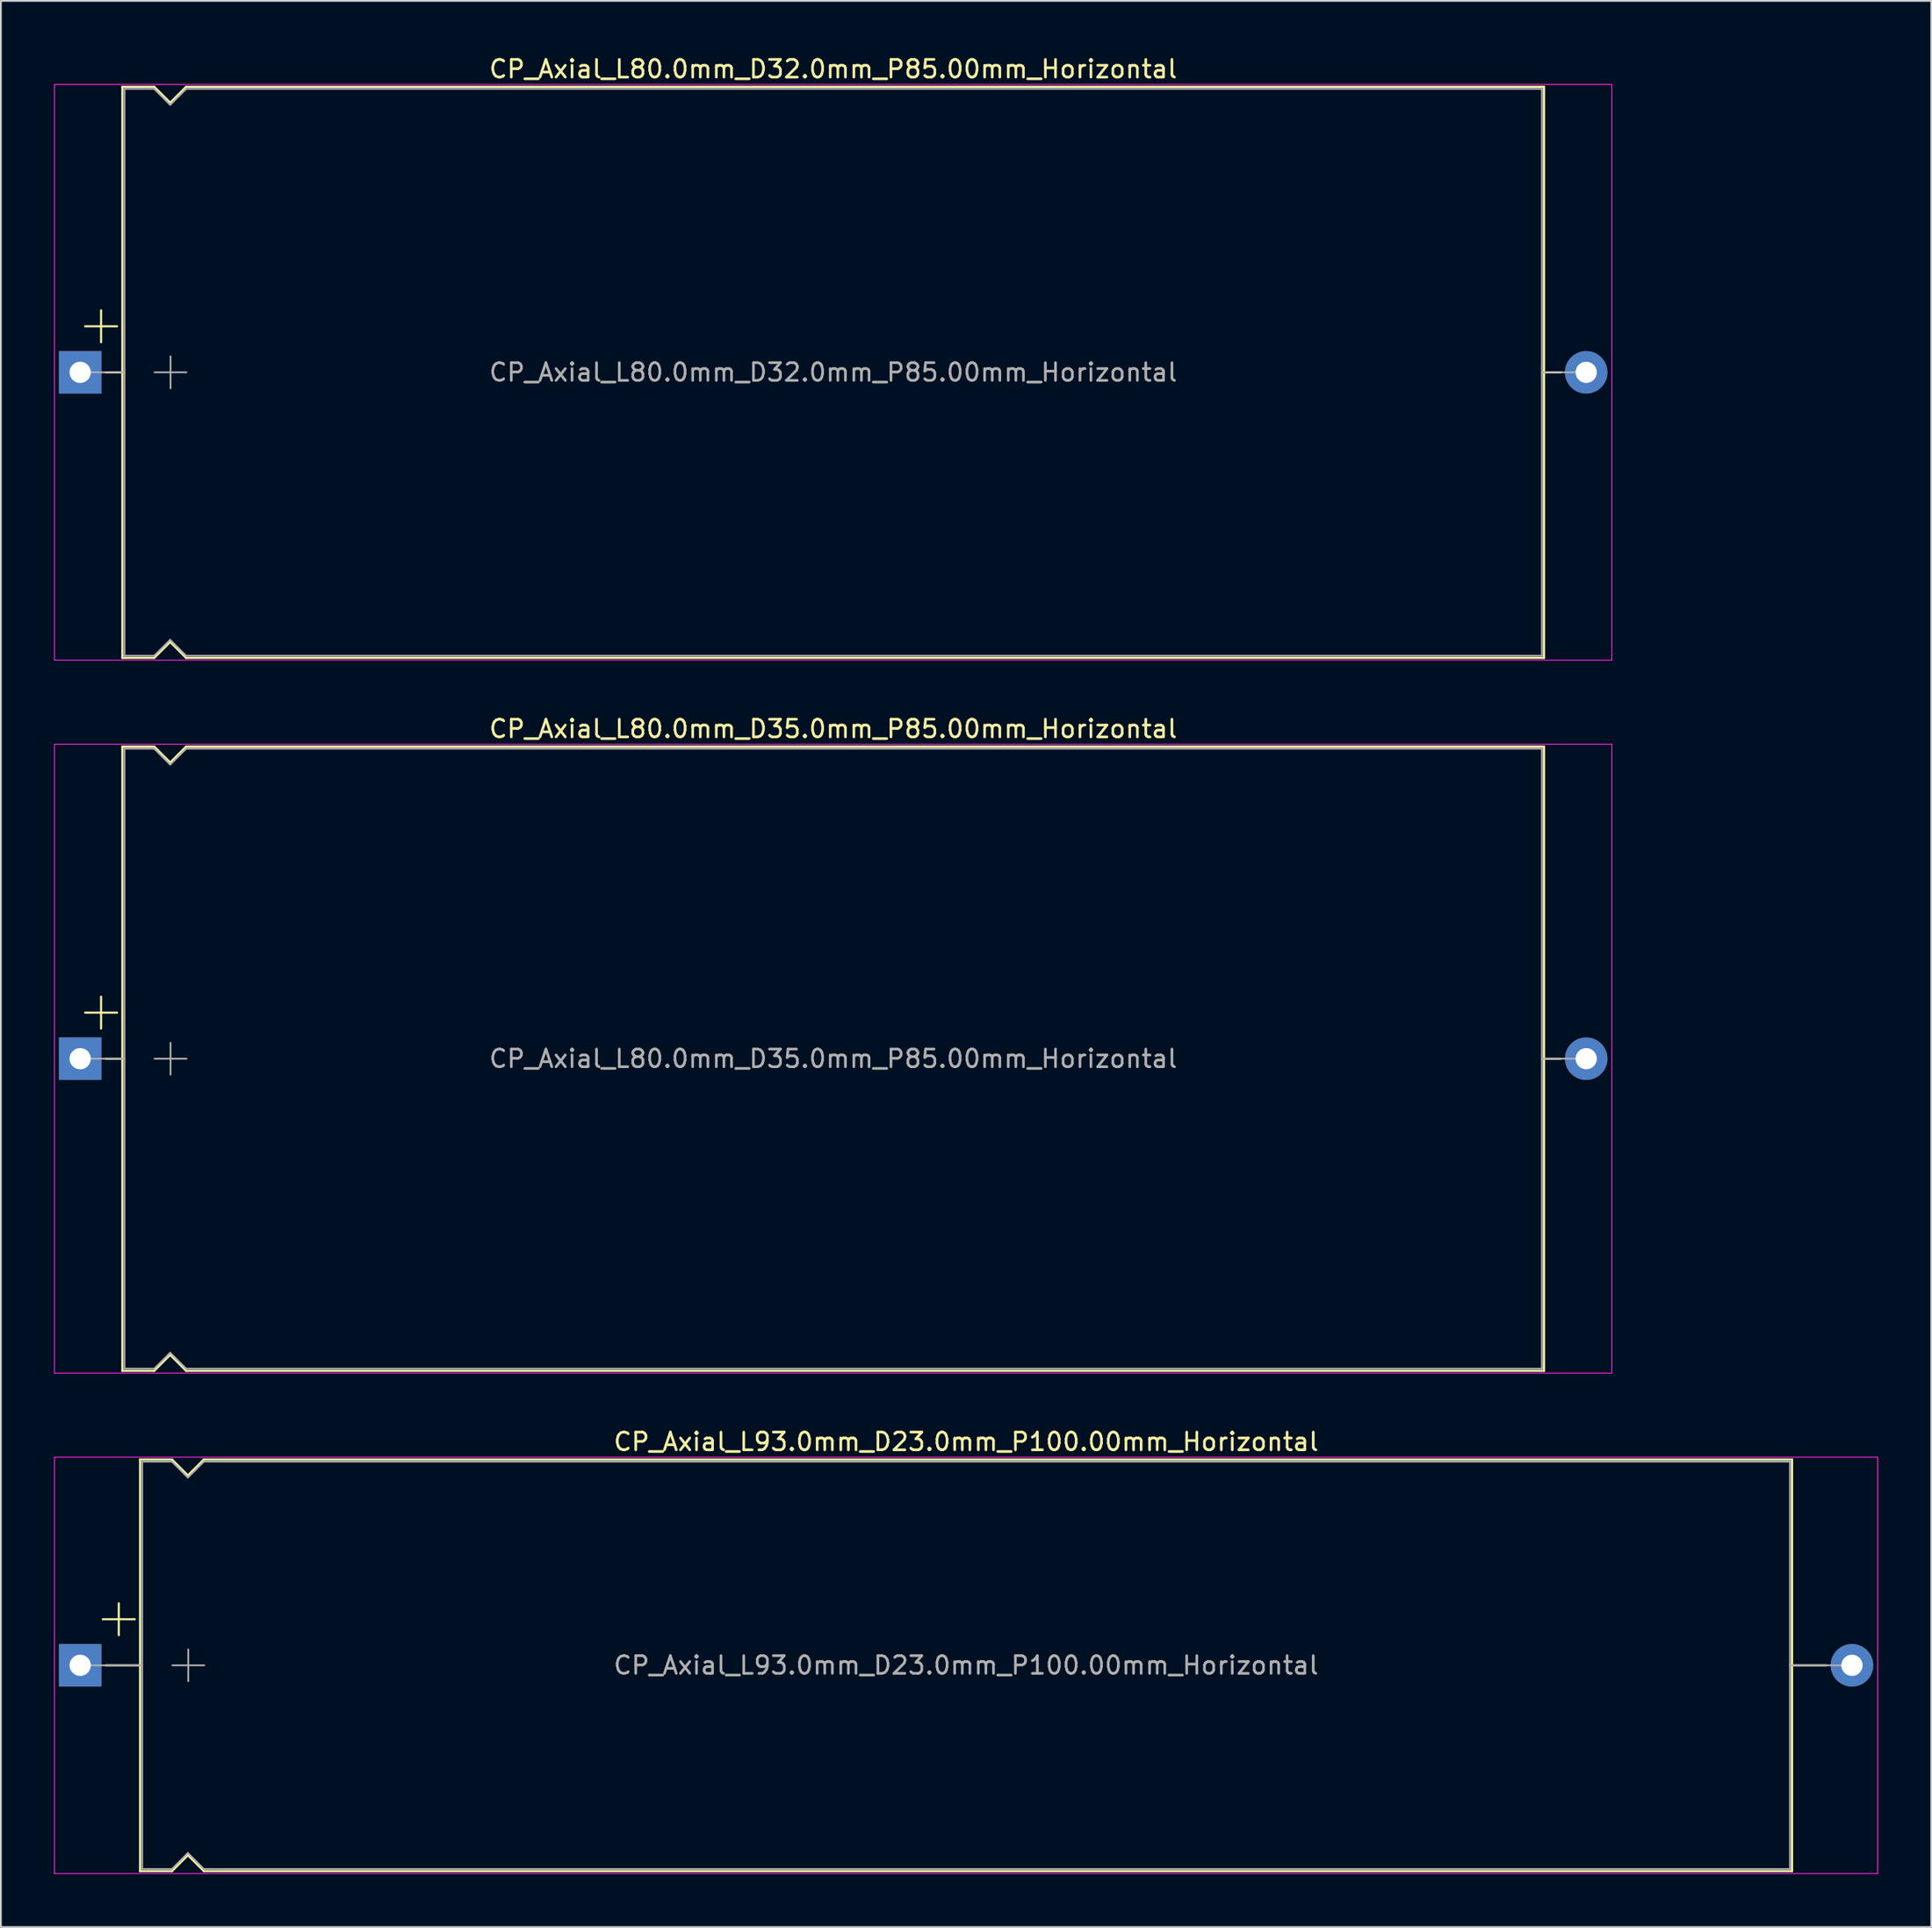
<source format=kicad_pcb>
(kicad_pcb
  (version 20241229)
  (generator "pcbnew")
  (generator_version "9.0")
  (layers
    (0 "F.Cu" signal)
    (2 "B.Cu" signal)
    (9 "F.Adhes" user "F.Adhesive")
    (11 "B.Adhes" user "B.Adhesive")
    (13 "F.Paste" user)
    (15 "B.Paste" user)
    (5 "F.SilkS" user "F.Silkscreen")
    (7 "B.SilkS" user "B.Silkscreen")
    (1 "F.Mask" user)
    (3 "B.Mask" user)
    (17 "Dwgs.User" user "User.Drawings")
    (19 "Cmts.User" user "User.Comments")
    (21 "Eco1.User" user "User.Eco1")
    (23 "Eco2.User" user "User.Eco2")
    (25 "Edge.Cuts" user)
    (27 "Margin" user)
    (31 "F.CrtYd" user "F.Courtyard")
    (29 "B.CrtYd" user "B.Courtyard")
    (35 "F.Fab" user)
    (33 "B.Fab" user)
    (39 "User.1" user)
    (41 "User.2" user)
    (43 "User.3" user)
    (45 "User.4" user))
  (footprint "CP_Axial_L80.0mm_D32.0mm_P85.00mm_Horizontal"
    (layer "F.Cu")
    (at 1.475 17.968)
    (property "Reference" "CP_Axial_L80.0mm_D32.0mm_P85.00mm_Horizontal" (at 42.5 -17.12 0) (layer "F.SilkS") (effects (font (size 1 1) (thickness 0.15))))
    (attr through_hole)
    (fp_line (start 0.28 -2.6) (end 2.08 -2.6) (stroke (width 0.12) (type solid)) (layer "F.SilkS"))
    (fp_line (start 1.18 -3.5) (end 1.18 -1.7) (stroke (width 0.12) (type solid)) (layer "F.SilkS"))
    (fp_line (start 1.44 0) (end 2.38 0) (stroke (width 0.12) (type solid)) (layer "F.SilkS"))
    (fp_line (start 2.38 -16.12) (end 2.38 16.12) (stroke (width 0.12) (type solid)) (layer "F.SilkS"))
    (fp_line (start 2.38 -16.12) (end 4.18 -16.12) (stroke (width 0.12) (type solid)) (layer "F.SilkS"))
    (fp_line (start 2.38 16.12) (end 4.18 16.12) (stroke (width 0.12) (type solid)) (layer "F.SilkS"))
    (fp_line (start 4.18 -16.12) (end 5.08 -15.22) (stroke (width 0.12) (type solid)) (layer "F.SilkS"))
    (fp_line (start 4.18 16.12) (end 5.08 15.22) (stroke (width 0.12) (type solid)) (layer "F.SilkS"))
    (fp_line (start 5.08 -15.22) (end 5.98 -16.12) (stroke (width 0.12) (type solid)) (layer "F.SilkS"))
    (fp_line (start 5.08 15.22) (end 5.98 16.12) (stroke (width 0.12) (type solid)) (layer "F.SilkS"))
    (fp_line (start 5.98 -16.12) (end 82.62 -16.12) (stroke (width 0.12) (type solid)) (layer "F.SilkS"))
    (fp_line (start 5.98 16.12) (end 82.62 16.12) (stroke (width 0.12) (type solid)) (layer "F.SilkS"))
    (fp_line (start 82.62 -16.12) (end 82.62 16.12) (stroke (width 0.12) (type solid)) (layer "F.SilkS"))
    (fp_line (start 83.56 0) (end 82.62 0) (stroke (width 0.12) (type solid)) (layer "F.SilkS"))
    (fp_line (start -1.45 -16.25) (end -1.45 16.25) (stroke (width 0.05) (type solid)) (layer "F.CrtYd"))
    (fp_line (start -1.45 16.25) (end 86.45 16.25) (stroke (width 0.05) (type solid)) (layer "F.CrtYd"))
    (fp_line (start 86.45 -16.25) (end -1.45 -16.25) (stroke (width 0.05) (type solid)) (layer "F.CrtYd"))
    (fp_line (start 86.45 16.25) (end 86.45 -16.25) (stroke (width 0.05) (type solid)) (layer "F.CrtYd"))
    (fp_line (start 0 0) (end 2.5 0) (stroke (width 0.1) (type solid)) (layer "F.Fab"))
    (fp_line (start 2.5 -16) (end 2.5 16) (stroke (width 0.1) (type solid)) (layer "F.Fab"))
    (fp_line (start 2.5 -16) (end 4.18 -16) (stroke (width 0.1) (type solid)) (layer "F.Fab"))
    (fp_line (start 2.5 16) (end 4.18 16) (stroke (width 0.1) (type solid)) (layer "F.Fab"))
    (fp_line (start 4.18 -16) (end 5.08 -15.1) (stroke (width 0.1) (type solid)) (layer "F.Fab"))
    (fp_line (start 4.18 16) (end 5.08 15.1) (stroke (width 0.1) (type solid)) (layer "F.Fab"))
    (fp_line (start 4.2 0) (end 6 0) (stroke (width 0.1) (type solid)) (layer "F.Fab"))
    (fp_line (start 5.08 -15.1) (end 5.98 -16) (stroke (width 0.1) (type solid)) (layer "F.Fab"))
    (fp_line (start 5.08 15.1) (end 5.98 16) (stroke (width 0.1) (type solid)) (layer "F.Fab"))
    (fp_line (start 5.1 -0.9) (end 5.1 0.9) (stroke (width 0.1) (type solid)) (layer "F.Fab"))
    (fp_line (start 5.98 -16) (end 82.5 -16) (stroke (width 0.1) (type solid)) (layer "F.Fab"))
    (fp_line (start 5.98 16) (end 82.5 16) (stroke (width 0.1) (type solid)) (layer "F.Fab"))
    (fp_line (start 82.5 -16) (end 82.5 16) (stroke (width 0.1) (type solid)) (layer "F.Fab"))
    (fp_line (start 85 0) (end 82.5 0) (stroke (width 0.1) (type solid)) (layer "F.Fab"))
    (fp_text user "${REFERENCE}" (at 42.5 0 0) (layer "F.Fab") (effects (font (size 1 1) (thickness 0.15))))
    (pad "1" thru_hole rect (at 0 0) (size 2.4 2.4) (drill 1.2) (layers "*.Cu" "*.Mask"))
    (pad "2" thru_hole oval (at 85 0) (size 2.4 2.4) (drill 1.2) (layers "*.Cu" "*.Mask")))
  (footprint "CP_Axial_L80.0mm_D35.0mm_P85.00mm_Horizontal"
    (layer "F.Cu")
    (at 1.475 56.712)
    (property "Reference" "CP_Axial_L80.0mm_D35.0mm_P85.00mm_Horizontal" (at 42.5 -18.62 0) (layer "F.SilkS") (effects (font (size 1 1) (thickness 0.15))))
    (attr through_hole)
    (fp_line (start 0.28 -2.6) (end 2.08 -2.6) (stroke (width 0.12) (type solid)) (layer "F.SilkS"))
    (fp_line (start 1.18 -3.5) (end 1.18 -1.7) (stroke (width 0.12) (type solid)) (layer "F.SilkS"))
    (fp_line (start 1.44 0) (end 2.38 0) (stroke (width 0.12) (type solid)) (layer "F.SilkS"))
    (fp_line (start 2.38 -17.62) (end 2.38 17.62) (stroke (width 0.12) (type solid)) (layer "F.SilkS"))
    (fp_line (start 2.38 -17.62) (end 4.18 -17.62) (stroke (width 0.12) (type solid)) (layer "F.SilkS"))
    (fp_line (start 2.38 17.62) (end 4.18 17.62) (stroke (width 0.12) (type solid)) (layer "F.SilkS"))
    (fp_line (start 4.18 -17.62) (end 5.08 -16.72) (stroke (width 0.12) (type solid)) (layer "F.SilkS"))
    (fp_line (start 4.18 17.62) (end 5.08 16.72) (stroke (width 0.12) (type solid)) (layer "F.SilkS"))
    (fp_line (start 5.08 -16.72) (end 5.98 -17.62) (stroke (width 0.12) (type solid)) (layer "F.SilkS"))
    (fp_line (start 5.08 16.72) (end 5.98 17.62) (stroke (width 0.12) (type solid)) (layer "F.SilkS"))
    (fp_line (start 5.98 -17.62) (end 82.62 -17.62) (stroke (width 0.12) (type solid)) (layer "F.SilkS"))
    (fp_line (start 5.98 17.62) (end 82.62 17.62) (stroke (width 0.12) (type solid)) (layer "F.SilkS"))
    (fp_line (start 82.62 -17.62) (end 82.62 17.62) (stroke (width 0.12) (type solid)) (layer "F.SilkS"))
    (fp_line (start 83.56 0) (end 82.62 0) (stroke (width 0.12) (type solid)) (layer "F.SilkS"))
    (fp_line (start -1.45 -17.75) (end -1.45 17.75) (stroke (width 0.05) (type solid)) (layer "F.CrtYd"))
    (fp_line (start -1.45 17.75) (end 86.45 17.75) (stroke (width 0.05) (type solid)) (layer "F.CrtYd"))
    (fp_line (start 86.45 -17.75) (end -1.45 -17.75) (stroke (width 0.05) (type solid)) (layer "F.CrtYd"))
    (fp_line (start 86.45 17.75) (end 86.45 -17.75) (stroke (width 0.05) (type solid)) (layer "F.CrtYd"))
    (fp_line (start 0 0) (end 2.5 0) (stroke (width 0.1) (type solid)) (layer "F.Fab"))
    (fp_line (start 2.5 -17.5) (end 2.5 17.5) (stroke (width 0.1) (type solid)) (layer "F.Fab"))
    (fp_line (start 2.5 -17.5) (end 4.18 -17.5) (stroke (width 0.1) (type solid)) (layer "F.Fab"))
    (fp_line (start 2.5 17.5) (end 4.18 17.5) (stroke (width 0.1) (type solid)) (layer "F.Fab"))
    (fp_line (start 4.18 -17.5) (end 5.08 -16.6) (stroke (width 0.1) (type solid)) (layer "F.Fab"))
    (fp_line (start 4.18 17.5) (end 5.08 16.6) (stroke (width 0.1) (type solid)) (layer "F.Fab"))
    (fp_line (start 4.2 0) (end 6 0) (stroke (width 0.1) (type solid)) (layer "F.Fab"))
    (fp_line (start 5.08 -16.6) (end 5.98 -17.5) (stroke (width 0.1) (type solid)) (layer "F.Fab"))
    (fp_line (start 5.08 16.6) (end 5.98 17.5) (stroke (width 0.1) (type solid)) (layer "F.Fab"))
    (fp_line (start 5.1 -0.9) (end 5.1 0.9) (stroke (width 0.1) (type solid)) (layer "F.Fab"))
    (fp_line (start 5.98 -17.5) (end 82.5 -17.5) (stroke (width 0.1) (type solid)) (layer "F.Fab"))
    (fp_line (start 5.98 17.5) (end 82.5 17.5) (stroke (width 0.1) (type solid)) (layer "F.Fab"))
    (fp_line (start 82.5 -17.5) (end 82.5 17.5) (stroke (width 0.1) (type solid)) (layer "F.Fab"))
    (fp_line (start 85 0) (end 82.5 0) (stroke (width 0.1) (type solid)) (layer "F.Fab"))
    (fp_text user "${REFERENCE}" (at 42.5 0 0) (layer "F.Fab") (effects (font (size 1 1) (thickness 0.15))))
    (pad "1" thru_hole rect (at 0 0) (size 2.4 2.4) (drill 1.2) (layers "*.Cu" "*.Mask"))
    (pad "2" thru_hole oval (at 85 0) (size 2.4 2.4) (drill 1.2) (layers "*.Cu" "*.Mask")))
  (footprint "CP_Axial_L93.0mm_D23.0mm_P100.00mm_Horizontal"
    (layer "F.Cu")
    (at 1.475 90.955)
    (property "Reference" "CP_Axial_L93.0mm_D23.0mm_P100.00mm_Horizontal" (at 50 -12.62 0) (layer "F.SilkS") (effects (font (size 1 1) (thickness 0.15))))
    (attr through_hole)
    (fp_line (start 1.28 -2.6) (end 3.08 -2.6) (stroke (width 0.12) (type solid)) (layer "F.SilkS"))
    (fp_line (start 1.44 0) (end 3.38 0) (stroke (width 0.12) (type solid)) (layer "F.SilkS"))
    (fp_line (start 2.18 -3.5) (end 2.18 -1.7) (stroke (width 0.12) (type solid)) (layer "F.SilkS"))
    (fp_line (start 3.38 -11.62) (end 3.38 11.62) (stroke (width 0.12) (type solid)) (layer "F.SilkS"))
    (fp_line (start 3.38 -11.62) (end 5.18 -11.62) (stroke (width 0.12) (type solid)) (layer "F.SilkS"))
    (fp_line (start 3.38 11.62) (end 5.18 11.62) (stroke (width 0.12) (type solid)) (layer "F.SilkS"))
    (fp_line (start 5.18 -11.62) (end 6.08 -10.72) (stroke (width 0.12) (type solid)) (layer "F.SilkS"))
    (fp_line (start 5.18 11.62) (end 6.08 10.72) (stroke (width 0.12) (type solid)) (layer "F.SilkS"))
    (fp_line (start 6.08 -10.72) (end 6.98 -11.62) (stroke (width 0.12) (type solid)) (layer "F.SilkS"))
    (fp_line (start 6.08 10.72) (end 6.98 11.62) (stroke (width 0.12) (type solid)) (layer "F.SilkS"))
    (fp_line (start 6.98 -11.62) (end 96.62 -11.62) (stroke (width 0.12) (type solid)) (layer "F.SilkS"))
    (fp_line (start 6.98 11.62) (end 96.62 11.62) (stroke (width 0.12) (type solid)) (layer "F.SilkS"))
    (fp_line (start 96.62 -11.62) (end 96.62 11.62) (stroke (width 0.12) (type solid)) (layer "F.SilkS"))
    (fp_line (start 98.56 0) (end 96.62 0) (stroke (width 0.12) (type solid)) (layer "F.SilkS"))
    (fp_line (start -1.45 -11.75) (end -1.45 11.75) (stroke (width 0.05) (type solid)) (layer "F.CrtYd"))
    (fp_line (start -1.45 11.75) (end 101.45 11.75) (stroke (width 0.05) (type solid)) (layer "F.CrtYd"))
    (fp_line (start 101.45 -11.75) (end -1.45 -11.75) (stroke (width 0.05) (type solid)) (layer "F.CrtYd"))
    (fp_line (start 101.45 11.75) (end 101.45 -11.75) (stroke (width 0.05) (type solid)) (layer "F.CrtYd"))
    (fp_line (start 0 0) (end 3.5 0) (stroke (width 0.1) (type solid)) (layer "F.Fab"))
    (fp_line (start 3.5 -11.5) (end 3.5 11.5) (stroke (width 0.1) (type solid)) (layer "F.Fab"))
    (fp_line (start 3.5 -11.5) (end 5.18 -11.5) (stroke (width 0.1) (type solid)) (layer "F.Fab"))
    (fp_line (start 3.5 11.5) (end 5.18 11.5) (stroke (width 0.1) (type solid)) (layer "F.Fab"))
    (fp_line (start 5.18 -11.5) (end 6.08 -10.6) (stroke (width 0.1) (type solid)) (layer "F.Fab"))
    (fp_line (start 5.18 11.5) (end 6.08 10.6) (stroke (width 0.1) (type solid)) (layer "F.Fab"))
    (fp_line (start 5.2 0) (end 7 0) (stroke (width 0.1) (type solid)) (layer "F.Fab"))
    (fp_line (start 6.08 -10.6) (end 6.98 -11.5) (stroke (width 0.1) (type solid)) (layer "F.Fab"))
    (fp_line (start 6.08 10.6) (end 6.98 11.5) (stroke (width 0.1) (type solid)) (layer "F.Fab"))
    (fp_line (start 6.1 -0.9) (end 6.1 0.9) (stroke (width 0.1) (type solid)) (layer "F.Fab"))
    (fp_line (start 6.98 -11.5) (end 96.5 -11.5) (stroke (width 0.1) (type solid)) (layer "F.Fab"))
    (fp_line (start 6.98 11.5) (end 96.5 11.5) (stroke (width 0.1) (type solid)) (layer "F.Fab"))
    (fp_line (start 96.5 -11.5) (end 96.5 11.5) (stroke (width 0.1) (type solid)) (layer "F.Fab"))
    (fp_line (start 100 0) (end 96.5 0) (stroke (width 0.1) (type solid)) (layer "F.Fab"))
    (fp_text user "${REFERENCE}" (at 50 0 0) (layer "F.Fab") (effects (font (size 1 1) (thickness 0.15))))
    (pad "1" thru_hole rect (at 0 0) (size 2.4 2.4) (drill 1.2) (layers "*.Cu" "*.Mask"))
    (pad "2" thru_hole oval (at 100 0) (size 2.4 2.4) (drill 1.2) (layers "*.Cu" "*.Mask")))
  (gr_rect
    (start -3 -3)
    (end 105.95 105.73)
    (stroke (width 0.1) (type default))
    (fill no)
    (layer "Edge.Cuts")))
</source>
